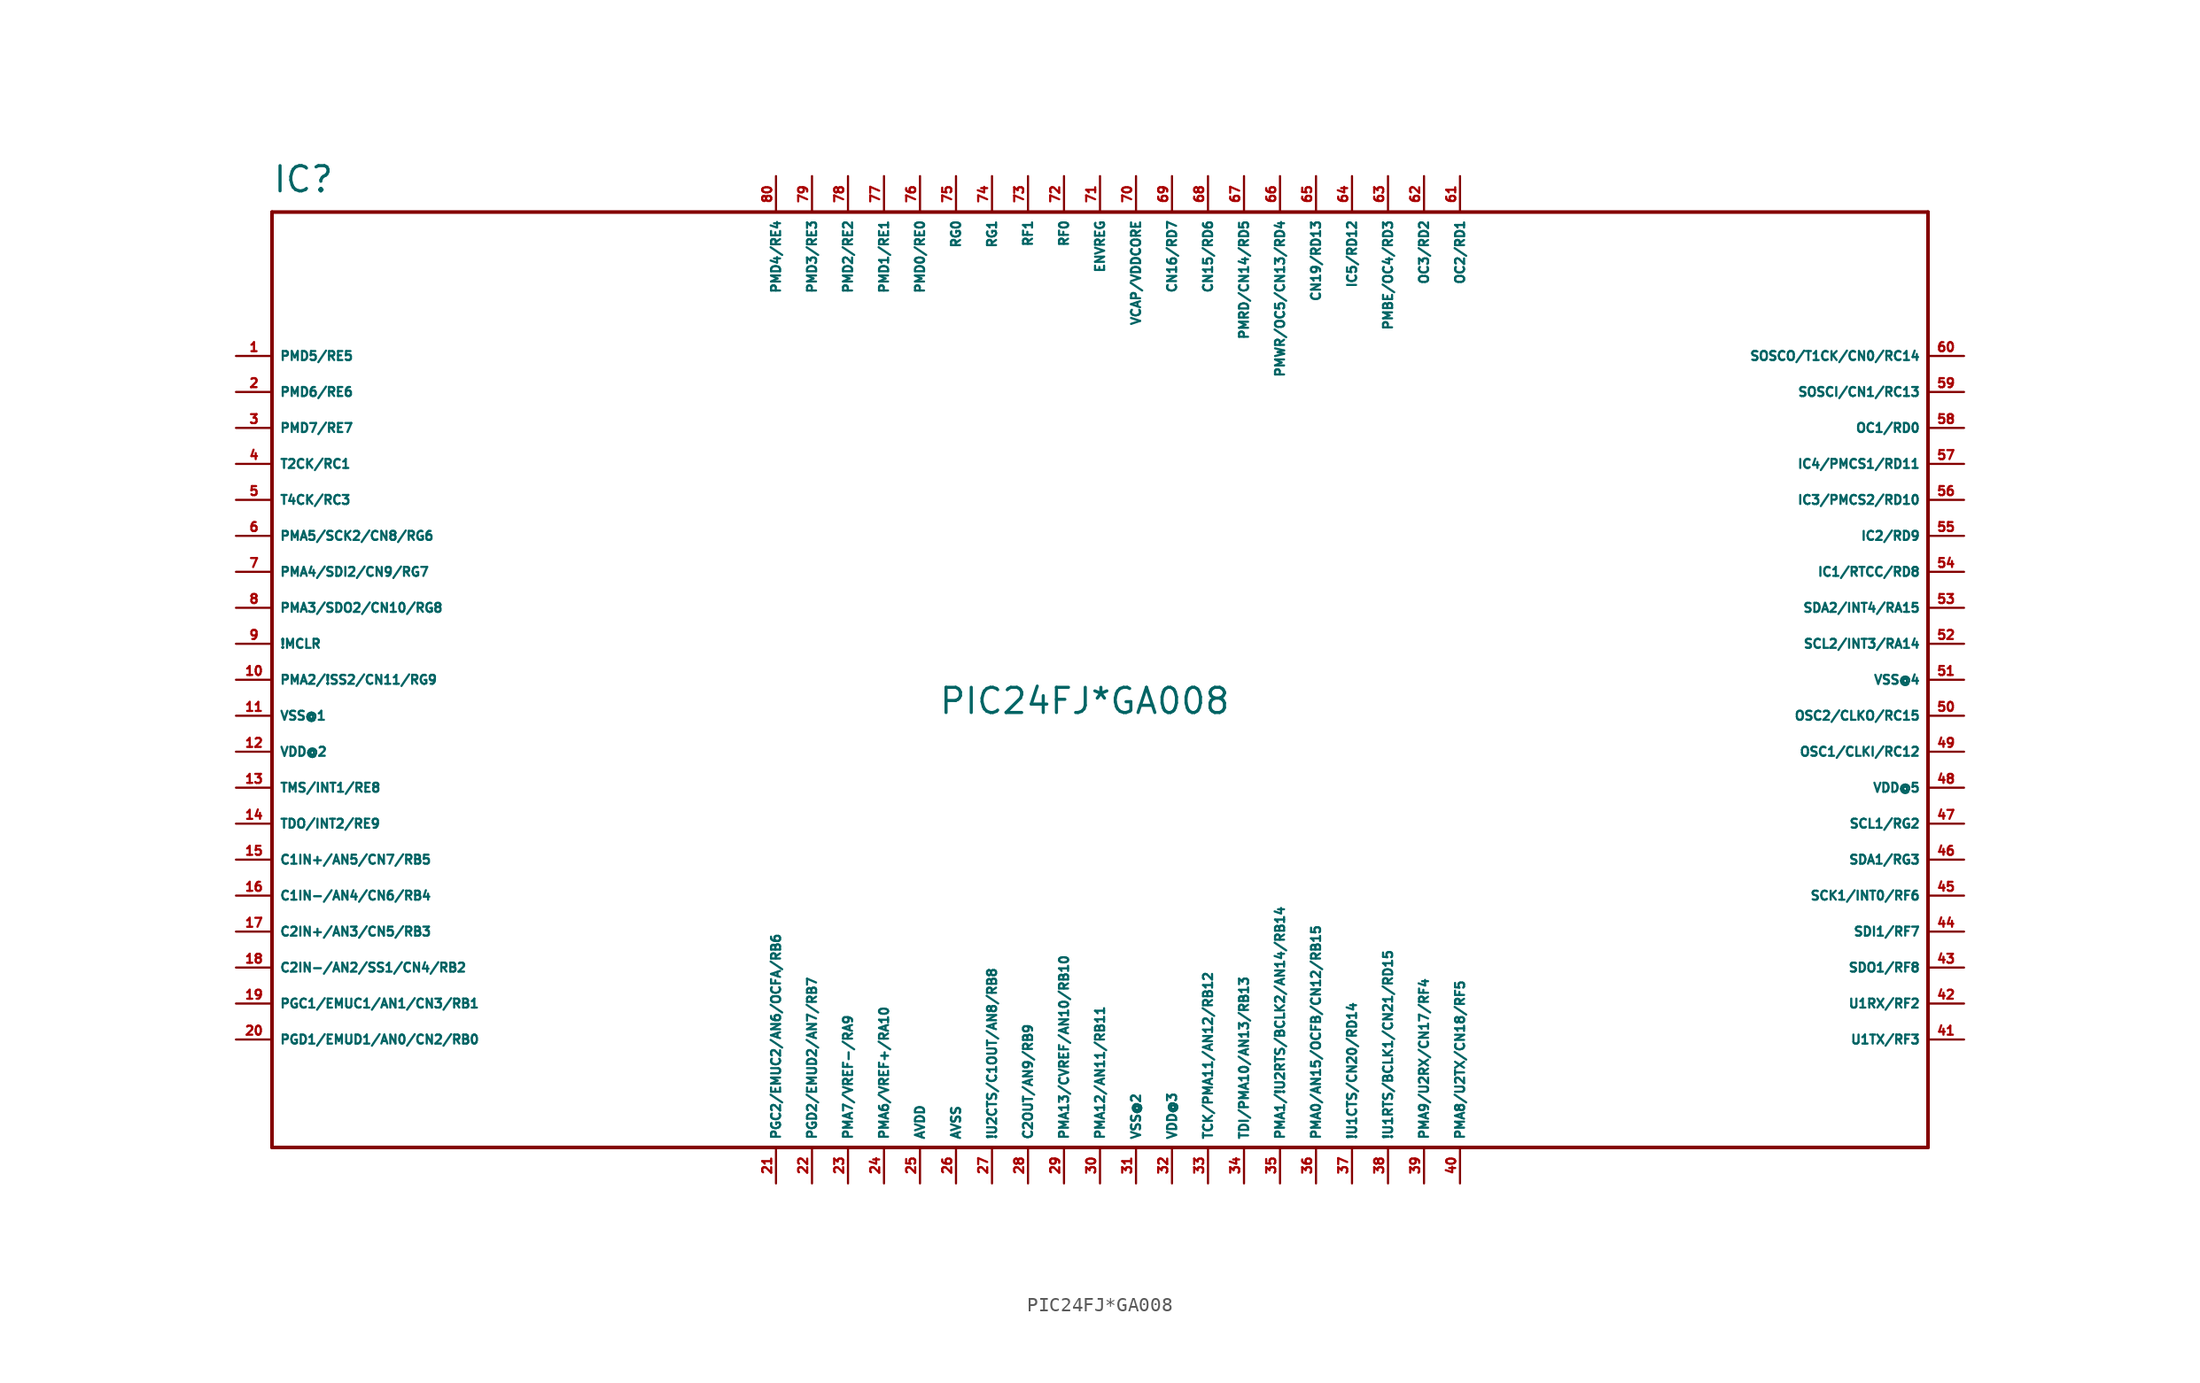
<source format=kicad_sym>
(kicad_symbol_lib
  (version 20220914)
  (generator Eagle2Kicad)
  (symbol "PIC24FJ*GA008"
    (property "Reference" "IC"
      (at -58.42 31.75 0)
      (effects (font (size 1.778 1.778) (thickness 0.22)) (justify left bottom)))
    (property "Value" "PIC24FJ*GA008"
      (at -11.43 -5.08 0)
      (effects (font (size 1.778 1.778) (thickness 0.22)) (justify left bottom)))
    (polyline
      (pts (xy -58.42 30.48) (xy 58.42 30.48))
      (stroke (width 0.254) (type default))
      (fill (type none)))
    (polyline
      (pts (xy 58.42 30.48) (xy 58.42 -35.56))
      (stroke (width 0.254) (type default))
      (fill (type none)))
    (polyline
      (pts (xy 58.42 -35.56) (xy -58.42 -35.56))
      (stroke (width 0.254) (type default))
      (fill (type none)))
    (polyline
      (pts (xy -58.42 -35.56) (xy -58.42 30.48))
      (stroke (width 0.254) (type default))
      (fill (type none)))
    (pin bidirectional line
      (at -60.96 20.32 0)
      (length 2.54)
      (name "PMD5/RE5" (effects (font (size 0.635 0.635) (thickness 0.08)) (justify left bottom)))
      (number "1" (effects (font (size 0.635 0.635) (thickness 0.08)) (justify left bottom))))
    (pin bidirectional line
      (at -60.96 17.78 0)
      (length 2.54)
      (name "PMD6/RE6" (effects (font (size 0.635 0.635) (thickness 0.08)) (justify left bottom)))
      (number "2" (effects (font (size 0.635 0.635) (thickness 0.08)) (justify left bottom))))
    (pin bidirectional line
      (at -60.96 15.24 0)
      (length 2.54)
      (name "PMD7/RE7" (effects (font (size 0.635 0.635) (thickness 0.08)) (justify left bottom)))
      (number "3" (effects (font (size 0.635 0.635) (thickness 0.08)) (justify left bottom))))
    (pin bidirectional line
      (at -60.96 12.7 0)
      (length 2.54)
      (name "T2CK/RC1" (effects (font (size 0.635 0.635) (thickness 0.08)) (justify left bottom)))
      (number "4" (effects (font (size 0.635 0.635) (thickness 0.08)) (justify left bottom))))
    (pin bidirectional line
      (at -60.96 10.16 0)
      (length 2.54)
      (name "T4CK/RC3" (effects (font (size 0.635 0.635) (thickness 0.08)) (justify left bottom)))
      (number "5" (effects (font (size 0.635 0.635) (thickness 0.08)) (justify left bottom))))
    (pin bidirectional line
      (at -60.96 7.62 0)
      (length 2.54)
      (name "PMA5/SCK2/CN8/RG6" (effects (font (size 0.635 0.635) (thickness 0.08)) (justify left bottom)))
      (number "6" (effects (font (size 0.635 0.635) (thickness 0.08)) (justify left bottom))))
    (pin bidirectional line
      (at -60.96 5.08 0)
      (length 2.54)
      (name "PMA4/SDI2/CN9/RG7" (effects (font (size 0.635 0.635) (thickness 0.08)) (justify left bottom)))
      (number "7" (effects (font (size 0.635 0.635) (thickness 0.08)) (justify left bottom))))
    (pin bidirectional line
      (at -60.96 2.54 0)
      (length 2.54)
      (name "PMA3/SDO2/CN10/RG8" (effects (font (size 0.635 0.635) (thickness 0.08)) (justify left bottom)))
      (number "8" (effects (font (size 0.635 0.635) (thickness 0.08)) (justify left bottom))))
    (pin bidirectional line
      (at -60.96 0 0)
      (length 2.54)
      (name "!MCLR" (effects (font (size 0.635 0.635) (thickness 0.08)) (justify left bottom)))
      (number "9" (effects (font (size 0.635 0.635) (thickness 0.08)) (justify left bottom))))
    (pin bidirectional line
      (at -60.96 -2.54 0)
      (length 2.54)
      (name "PMA2/!SS2/CN11/RG9" (effects (font (size 0.635 0.635) (thickness 0.08)) (justify left bottom)))
      (number "10" (effects (font (size 0.635 0.635) (thickness 0.08)) (justify left bottom))))
    (pin unspecified line
      (at -60.96 -5.08 0)
      (length 2.54)
      (name "VSS@1" (effects (font (size 0.635 0.635) (thickness 0.08)) (justify left bottom)))
      (number "11" (effects (font (size 0.635 0.635) (thickness 0.08)) (justify left bottom))))
    (pin unspecified line
      (at -60.96 -7.62 0)
      (length 2.54)
      (name "VDD@2" (effects (font (size 0.635 0.635) (thickness 0.08)) (justify left bottom)))
      (number "12" (effects (font (size 0.635 0.635) (thickness 0.08)) (justify left bottom))))
    (pin bidirectional line
      (at -60.96 -10.16 0)
      (length 2.54)
      (name "TMS/INT1/RE8" (effects (font (size 0.635 0.635) (thickness 0.08)) (justify left bottom)))
      (number "13" (effects (font (size 0.635 0.635) (thickness 0.08)) (justify left bottom))))
    (pin bidirectional line
      (at -60.96 -15.24 0)
      (length 2.54)
      (name "C1IN+/AN5/CN7/RB5" (effects (font (size 0.635 0.635) (thickness 0.08)) (justify left bottom)))
      (number "15" (effects (font (size 0.635 0.635) (thickness 0.08)) (justify left bottom))))
    (pin bidirectional line
      (at -60.96 -17.78 0)
      (length 2.54)
      (name "C1IN-/AN4/CN6/RB4" (effects (font (size 0.635 0.635) (thickness 0.08)) (justify left bottom)))
      (number "16" (effects (font (size 0.635 0.635) (thickness 0.08)) (justify left bottom))))
    (pin bidirectional line
      (at -60.96 -20.32 0)
      (length 2.54)
      (name "C2IN+/AN3/CN5/RB3" (effects (font (size 0.635 0.635) (thickness 0.08)) (justify left bottom)))
      (number "17" (effects (font (size 0.635 0.635) (thickness 0.08)) (justify left bottom))))
    (pin bidirectional line
      (at -60.96 -22.86 0)
      (length 2.54)
      (name "C2IN-/AN2/SS1/CN4/RB2" (effects (font (size 0.635 0.635) (thickness 0.08)) (justify left bottom)))
      (number "18" (effects (font (size 0.635 0.635) (thickness 0.08)) (justify left bottom))))
    (pin bidirectional line
      (at -60.96 -25.4 0)
      (length 2.54)
      (name "PGC1/EMUC1/AN1/CN3/RB1" (effects (font (size 0.635 0.635) (thickness 0.08)) (justify left bottom)))
      (number "19" (effects (font (size 0.635 0.635) (thickness 0.08)) (justify left bottom))))
    (pin bidirectional line
      (at -60.96 -27.94 0)
      (length 2.54)
      (name "PGD1/EMUD1/AN0/CN2/RB0" (effects (font (size 0.635 0.635) (thickness 0.08)) (justify left bottom)))
      (number "20" (effects (font (size 0.635 0.635) (thickness 0.08)) (justify left bottom))))
    (pin bidirectional line
      (at -22.86 -38.1 90)
      (length 2.54)
      (name "PGC2/EMUC2/AN6/OCFA/RB6" (effects (font (size 0.635 0.635) (thickness 0.08)) (justify left bottom)))
      (number "21" (effects (font (size 0.635 0.635) (thickness 0.08)) (justify left bottom))))
    (pin bidirectional line
      (at -20.32 -38.1 90)
      (length 2.54)
      (name "PGD2/EMUD2/AN7/RB7" (effects (font (size 0.635 0.635) (thickness 0.08)) (justify left bottom)))
      (number "22" (effects (font (size 0.635 0.635) (thickness 0.08)) (justify left bottom))))
    (pin bidirectional line
      (at -17.78 -38.1 90)
      (length 2.54)
      (name "PMA7/VREF-/RA9" (effects (font (size 0.635 0.635) (thickness 0.08)) (justify left bottom)))
      (number "23" (effects (font (size 0.635 0.635) (thickness 0.08)) (justify left bottom))))
    (pin bidirectional line
      (at -15.24 -38.1 90)
      (length 2.54)
      (name "PMA6/VREF+/RA10" (effects (font (size 0.635 0.635) (thickness 0.08)) (justify left bottom)))
      (number "24" (effects (font (size 0.635 0.635) (thickness 0.08)) (justify left bottom))))
    (pin unspecified line
      (at -12.7 -38.1 90)
      (length 2.54)
      (name "AVDD" (effects (font (size 0.635 0.635) (thickness 0.08)) (justify left bottom)))
      (number "25" (effects (font (size 0.635 0.635) (thickness 0.08)) (justify left bottom))))
    (pin unspecified line
      (at -10.16 -38.1 90)
      (length 2.54)
      (name "AVSS" (effects (font (size 0.635 0.635) (thickness 0.08)) (justify left bottom)))
      (number "26" (effects (font (size 0.635 0.635) (thickness 0.08)) (justify left bottom))))
    (pin bidirectional line
      (at -7.62 -38.1 90)
      (length 2.54)
      (name "!U2CTS/C1OUT/AN8/RB8" (effects (font (size 0.635 0.635) (thickness 0.08)) (justify left bottom)))
      (number "27" (effects (font (size 0.635 0.635) (thickness 0.08)) (justify left bottom))))
    (pin bidirectional line
      (at -5.08 -38.1 90)
      (length 2.54)
      (name "C2OUT/AN9/RB9" (effects (font (size 0.635 0.635) (thickness 0.08)) (justify left bottom)))
      (number "28" (effects (font (size 0.635 0.635) (thickness 0.08)) (justify left bottom))))
    (pin bidirectional line
      (at -2.54 -38.1 90)
      (length 2.54)
      (name "PMA13/CVREF/AN10/RB10" (effects (font (size 0.635 0.635) (thickness 0.08)) (justify left bottom)))
      (number "29" (effects (font (size 0.635 0.635) (thickness 0.08)) (justify left bottom))))
    (pin bidirectional line
      (at 0 -38.1 90)
      (length 2.54)
      (name "PMA12/AN11/RB11" (effects (font (size 0.635 0.635) (thickness 0.08)) (justify left bottom)))
      (number "30" (effects (font (size 0.635 0.635) (thickness 0.08)) (justify left bottom))))
    (pin unspecified line
      (at 2.54 -38.1 90)
      (length 2.54)
      (name "VSS@2" (effects (font (size 0.635 0.635) (thickness 0.08)) (justify left bottom)))
      (number "31" (effects (font (size 0.635 0.635) (thickness 0.08)) (justify left bottom))))
    (pin unspecified line
      (at 5.08 -38.1 90)
      (length 2.54)
      (name "VDD@3" (effects (font (size 0.635 0.635) (thickness 0.08)) (justify left bottom)))
      (number "32" (effects (font (size 0.635 0.635) (thickness 0.08)) (justify left bottom))))
    (pin bidirectional line
      (at 7.62 -38.1 90)
      (length 2.54)
      (name "TCK/PMA11/AN12/RB12" (effects (font (size 0.635 0.635) (thickness 0.08)) (justify left bottom)))
      (number "33" (effects (font (size 0.635 0.635) (thickness 0.08)) (justify left bottom))))
    (pin bidirectional line
      (at 10.16 -38.1 90)
      (length 2.54)
      (name "TDI/PMA10/AN13/RB13" (effects (font (size 0.635 0.635) (thickness 0.08)) (justify left bottom)))
      (number "34" (effects (font (size 0.635 0.635) (thickness 0.08)) (justify left bottom))))
    (pin bidirectional line
      (at 12.7 -38.1 90)
      (length 2.54)
      (name "PMA1/!U2RTS/BCLK2/AN14/RB14" (effects (font (size 0.635 0.635) (thickness 0.08)) (justify left bottom)))
      (number "35" (effects (font (size 0.635 0.635) (thickness 0.08)) (justify left bottom))))
    (pin bidirectional line
      (at 15.24 -38.1 90)
      (length 2.54)
      (name "PMA0/AN15/OCFB/CN12/RB15" (effects (font (size 0.635 0.635) (thickness 0.08)) (justify left bottom)))
      (number "36" (effects (font (size 0.635 0.635) (thickness 0.08)) (justify left bottom))))
    (pin bidirectional line
      (at 17.78 -38.1 90)
      (length 2.54)
      (name "!U1CTS/CN20/RD14" (effects (font (size 0.635 0.635) (thickness 0.08)) (justify left bottom)))
      (number "37" (effects (font (size 0.635 0.635) (thickness 0.08)) (justify left bottom))))
    (pin bidirectional line
      (at 20.32 -38.1 90)
      (length 2.54)
      (name "!U1RTS/BCLK1/CN21/RD15" (effects (font (size 0.635 0.635) (thickness 0.08)) (justify left bottom)))
      (number "38" (effects (font (size 0.635 0.635) (thickness 0.08)) (justify left bottom))))
    (pin bidirectional line
      (at 22.86 -38.1 90)
      (length 2.54)
      (name "PMA9/U2RX/CN17/RF4" (effects (font (size 0.635 0.635) (thickness 0.08)) (justify left bottom)))
      (number "39" (effects (font (size 0.635 0.635) (thickness 0.08)) (justify left bottom))))
    (pin bidirectional line
      (at 25.4 -38.1 90)
      (length 2.54)
      (name "PMA8/U2TX/CN18/RF5" (effects (font (size 0.635 0.635) (thickness 0.08)) (justify left bottom)))
      (number "40" (effects (font (size 0.635 0.635) (thickness 0.08)) (justify left bottom))))
    (pin bidirectional line
      (at 60.96 -27.94 180)
      (length 2.54)
      (name "U1TX/RF3" (effects (font (size 0.635 0.635) (thickness 0.08)) (justify left bottom)))
      (number "41" (effects (font (size 0.635 0.635) (thickness 0.08)) (justify left bottom))))
    (pin bidirectional line
      (at 60.96 -25.4 180)
      (length 2.54)
      (name "U1RX/RF2" (effects (font (size 0.635 0.635) (thickness 0.08)) (justify left bottom)))
      (number "42" (effects (font (size 0.635 0.635) (thickness 0.08)) (justify left bottom))))
    (pin bidirectional line
      (at 60.96 -22.86 180)
      (length 2.54)
      (name "SDO1/RF8" (effects (font (size 0.635 0.635) (thickness 0.08)) (justify left bottom)))
      (number "43" (effects (font (size 0.635 0.635) (thickness 0.08)) (justify left bottom))))
    (pin bidirectional line
      (at 60.96 -20.32 180)
      (length 2.54)
      (name "SDI1/RF7" (effects (font (size 0.635 0.635) (thickness 0.08)) (justify left bottom)))
      (number "44" (effects (font (size 0.635 0.635) (thickness 0.08)) (justify left bottom))))
    (pin bidirectional line
      (at 60.96 -17.78 180)
      (length 2.54)
      (name "SCK1/INT0/RF6" (effects (font (size 0.635 0.635) (thickness 0.08)) (justify left bottom)))
      (number "45" (effects (font (size 0.635 0.635) (thickness 0.08)) (justify left bottom))))
    (pin bidirectional line
      (at 60.96 -15.24 180)
      (length 2.54)
      (name "SDA1/RG3" (effects (font (size 0.635 0.635) (thickness 0.08)) (justify left bottom)))
      (number "46" (effects (font (size 0.635 0.635) (thickness 0.08)) (justify left bottom))))
    (pin bidirectional line
      (at 60.96 -12.7 180)
      (length 2.54)
      (name "SCL1/RG2" (effects (font (size 0.635 0.635) (thickness 0.08)) (justify left bottom)))
      (number "47" (effects (font (size 0.635 0.635) (thickness 0.08)) (justify left bottom))))
    (pin bidirectional line
      (at 60.96 0 180)
      (length 2.54)
      (name "SCL2/INT3/RA14" (effects (font (size 0.635 0.635) (thickness 0.08)) (justify left bottom)))
      (number "52" (effects (font (size 0.635 0.635) (thickness 0.08)) (justify left bottom))))
    (pin bidirectional line
      (at 60.96 2.54 180)
      (length 2.54)
      (name "SDA2/INT4/RA15" (effects (font (size 0.635 0.635) (thickness 0.08)) (justify left bottom)))
      (number "53" (effects (font (size 0.635 0.635) (thickness 0.08)) (justify left bottom))))
    (pin unspecified line
      (at 60.96 -10.16 180)
      (length 2.54)
      (name "VDD@5" (effects (font (size 0.635 0.635) (thickness 0.08)) (justify left bottom)))
      (number "48" (effects (font (size 0.635 0.635) (thickness 0.08)) (justify left bottom))))
    (pin bidirectional line
      (at 60.96 -7.62 180)
      (length 2.54)
      (name "OSC1/CLKI/RC12" (effects (font (size 0.635 0.635) (thickness 0.08)) (justify left bottom)))
      (number "49" (effects (font (size 0.635 0.635) (thickness 0.08)) (justify left bottom))))
    (pin bidirectional line
      (at 60.96 -5.08 180)
      (length 2.54)
      (name "OSC2/CLKO/RC15" (effects (font (size 0.635 0.635) (thickness 0.08)) (justify left bottom)))
      (number "50" (effects (font (size 0.635 0.635) (thickness 0.08)) (justify left bottom))))
    (pin unspecified line
      (at 60.96 -2.54 180)
      (length 2.54)
      (name "VSS@4" (effects (font (size 0.635 0.635) (thickness 0.08)) (justify left bottom)))
      (number "51" (effects (font (size 0.635 0.635) (thickness 0.08)) (justify left bottom))))
    (pin bidirectional line
      (at 60.96 5.08 180)
      (length 2.54)
      (name "IC1/RTCC/RD8" (effects (font (size 0.635 0.635) (thickness 0.08)) (justify left bottom)))
      (number "54" (effects (font (size 0.635 0.635) (thickness 0.08)) (justify left bottom))))
    (pin bidirectional line
      (at 60.96 7.62 180)
      (length 2.54)
      (name "IC2/RD9" (effects (font (size 0.635 0.635) (thickness 0.08)) (justify left bottom)))
      (number "55" (effects (font (size 0.635 0.635) (thickness 0.08)) (justify left bottom))))
    (pin bidirectional line
      (at 60.96 10.16 180)
      (length 2.54)
      (name "IC3/PMCS2/RD10" (effects (font (size 0.635 0.635) (thickness 0.08)) (justify left bottom)))
      (number "56" (effects (font (size 0.635 0.635) (thickness 0.08)) (justify left bottom))))
    (pin bidirectional line
      (at 60.96 12.7 180)
      (length 2.54)
      (name "IC4/PMCS1/RD11" (effects (font (size 0.635 0.635) (thickness 0.08)) (justify left bottom)))
      (number "57" (effects (font (size 0.635 0.635) (thickness 0.08)) (justify left bottom))))
    (pin bidirectional line
      (at 60.96 15.24 180)
      (length 2.54)
      (name "OC1/RD0" (effects (font (size 0.635 0.635) (thickness 0.08)) (justify left bottom)))
      (number "58" (effects (font (size 0.635 0.635) (thickness 0.08)) (justify left bottom))))
    (pin bidirectional line
      (at 60.96 17.78 180)
      (length 2.54)
      (name "SOSCI/CN1/RC13" (effects (font (size 0.635 0.635) (thickness 0.08)) (justify left bottom)))
      (number "59" (effects (font (size 0.635 0.635) (thickness 0.08)) (justify left bottom))))
    (pin bidirectional line
      (at 60.96 20.32 180)
      (length 2.54)
      (name "SOSCO/T1CK/CN0/RC14" (effects (font (size 0.635 0.635) (thickness 0.08)) (justify left bottom)))
      (number "60" (effects (font (size 0.635 0.635) (thickness 0.08)) (justify left bottom))))
    (pin bidirectional line
      (at 25.4 33.02 270)
      (length 2.54)
      (name "OC2/RD1" (effects (font (size 0.635 0.635) (thickness 0.08)) (justify left bottom)))
      (number "61" (effects (font (size 0.635 0.635) (thickness 0.08)) (justify left bottom))))
    (pin bidirectional line
      (at 22.86 33.02 270)
      (length 2.54)
      (name "OC3/RD2" (effects (font (size 0.635 0.635) (thickness 0.08)) (justify left bottom)))
      (number "62" (effects (font (size 0.635 0.635) (thickness 0.08)) (justify left bottom))))
    (pin bidirectional line
      (at 20.32 33.02 270)
      (length 2.54)
      (name "PMBE/OC4/RD3" (effects (font (size 0.635 0.635) (thickness 0.08)) (justify left bottom)))
      (number "63" (effects (font (size 0.635 0.635) (thickness 0.08)) (justify left bottom))))
    (pin bidirectional line
      (at 17.78 33.02 270)
      (length 2.54)
      (name "IC5/RD12" (effects (font (size 0.635 0.635) (thickness 0.08)) (justify left bottom)))
      (number "64" (effects (font (size 0.635 0.635) (thickness 0.08)) (justify left bottom))))
    (pin bidirectional line
      (at 15.24 33.02 270)
      (length 2.54)
      (name "CN19/RD13" (effects (font (size 0.635 0.635) (thickness 0.08)) (justify left bottom)))
      (number "65" (effects (font (size 0.635 0.635) (thickness 0.08)) (justify left bottom))))
    (pin bidirectional line
      (at 12.7 33.02 270)
      (length 2.54)
      (name "PMWR/OC5/CN13/RD4" (effects (font (size 0.635 0.635) (thickness 0.08)) (justify left bottom)))
      (number "66" (effects (font (size 0.635 0.635) (thickness 0.08)) (justify left bottom))))
    (pin bidirectional line
      (at 10.16 33.02 270)
      (length 2.54)
      (name "PMRD/CN14/RD5" (effects (font (size 0.635 0.635) (thickness 0.08)) (justify left bottom)))
      (number "67" (effects (font (size 0.635 0.635) (thickness 0.08)) (justify left bottom))))
    (pin bidirectional line
      (at 7.62 33.02 270)
      (length 2.54)
      (name "CN15/RD6" (effects (font (size 0.635 0.635) (thickness 0.08)) (justify left bottom)))
      (number "68" (effects (font (size 0.635 0.635) (thickness 0.08)) (justify left bottom))))
    (pin bidirectional line
      (at 5.08 33.02 270)
      (length 2.54)
      (name "CN16/RD7" (effects (font (size 0.635 0.635) (thickness 0.08)) (justify left bottom)))
      (number "69" (effects (font (size 0.635 0.635) (thickness 0.08)) (justify left bottom))))
    (pin bidirectional line
      (at 2.54 33.02 270)
      (length 2.54)
      (name "VCAP/VDDCORE" (effects (font (size 0.635 0.635) (thickness 0.08)) (justify left bottom)))
      (number "70" (effects (font (size 0.635 0.635) (thickness 0.08)) (justify left bottom))))
    (pin bidirectional line
      (at 0 33.02 270)
      (length 2.54)
      (name "ENVREG" (effects (font (size 0.635 0.635) (thickness 0.08)) (justify left bottom)))
      (number "71" (effects (font (size 0.635 0.635) (thickness 0.08)) (justify left bottom))))
    (pin bidirectional line
      (at -2.54 33.02 270)
      (length 2.54)
      (name "RF0" (effects (font (size 0.635 0.635) (thickness 0.08)) (justify left bottom)))
      (number "72" (effects (font (size 0.635 0.635) (thickness 0.08)) (justify left bottom))))
    (pin bidirectional line
      (at -5.08 33.02 270)
      (length 2.54)
      (name "RF1" (effects (font (size 0.635 0.635) (thickness 0.08)) (justify left bottom)))
      (number "73" (effects (font (size 0.635 0.635) (thickness 0.08)) (justify left bottom))))
    (pin bidirectional line
      (at -7.62 33.02 270)
      (length 2.54)
      (name "RG1" (effects (font (size 0.635 0.635) (thickness 0.08)) (justify left bottom)))
      (number "74" (effects (font (size 0.635 0.635) (thickness 0.08)) (justify left bottom))))
    (pin bidirectional line
      (at -10.16 33.02 270)
      (length 2.54)
      (name "RG0" (effects (font (size 0.635 0.635) (thickness 0.08)) (justify left bottom)))
      (number "75" (effects (font (size 0.635 0.635) (thickness 0.08)) (justify left bottom))))
    (pin bidirectional line
      (at -12.7 33.02 270)
      (length 2.54)
      (name "PMD0/RE0" (effects (font (size 0.635 0.635) (thickness 0.08)) (justify left bottom)))
      (number "76" (effects (font (size 0.635 0.635) (thickness 0.08)) (justify left bottom))))
    (pin bidirectional line
      (at -15.24 33.02 270)
      (length 2.54)
      (name "PMD1/RE1" (effects (font (size 0.635 0.635) (thickness 0.08)) (justify left bottom)))
      (number "77" (effects (font (size 0.635 0.635) (thickness 0.08)) (justify left bottom))))
    (pin bidirectional line
      (at -17.78 33.02 270)
      (length 2.54)
      (name "PMD2/RE2" (effects (font (size 0.635 0.635) (thickness 0.08)) (justify left bottom)))
      (number "78" (effects (font (size 0.635 0.635) (thickness 0.08)) (justify left bottom))))
    (pin bidirectional line
      (at -20.32 33.02 270)
      (length 2.54)
      (name "PMD3/RE3" (effects (font (size 0.635 0.635) (thickness 0.08)) (justify left bottom)))
      (number "79" (effects (font (size 0.635 0.635) (thickness 0.08)) (justify left bottom))))
    (pin bidirectional line
      (at -22.86 33.02 270)
      (length 2.54)
      (name "PMD4/RE4" (effects (font (size 0.635 0.635) (thickness 0.08)) (justify left bottom)))
      (number "80" (effects (font (size 0.635 0.635) (thickness 0.08)) (justify left bottom))))
    (pin bidirectional line
      (at -60.96 -12.7 0)
      (length 2.54)
      (name "TDO/INT2/RE9" (effects (font (size 0.635 0.635) (thickness 0.08)) (justify left bottom)))
      (number "14" (effects (font (size 0.635 0.635) (thickness 0.08)) (justify left bottom))))))
</source>
